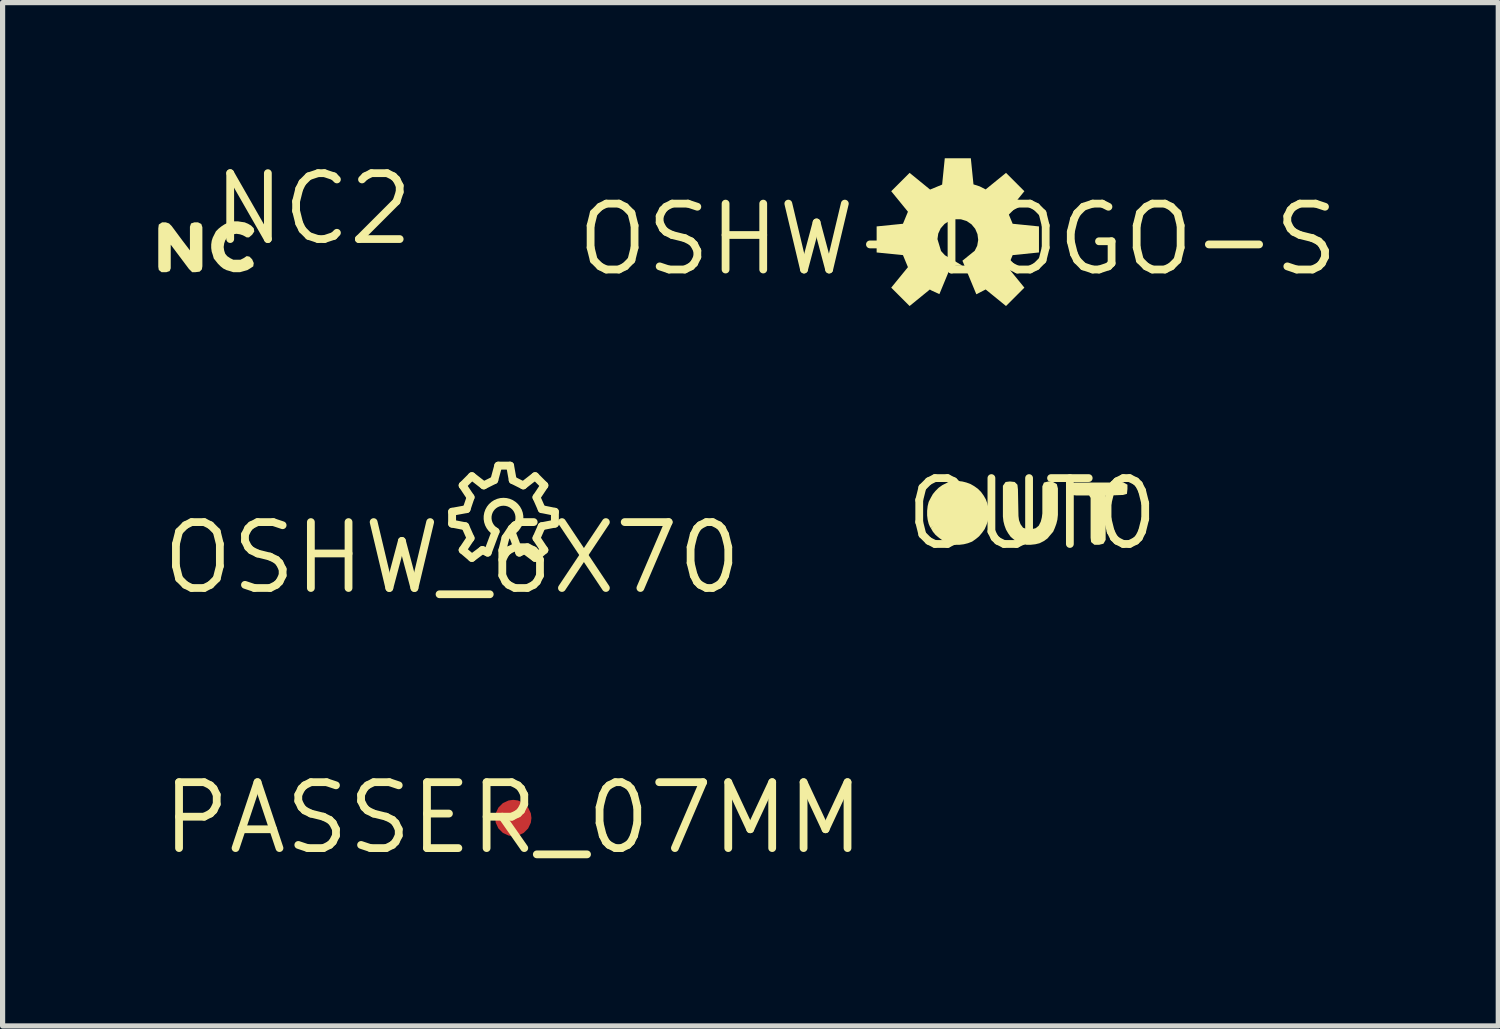
<source format=kicad_pcb>
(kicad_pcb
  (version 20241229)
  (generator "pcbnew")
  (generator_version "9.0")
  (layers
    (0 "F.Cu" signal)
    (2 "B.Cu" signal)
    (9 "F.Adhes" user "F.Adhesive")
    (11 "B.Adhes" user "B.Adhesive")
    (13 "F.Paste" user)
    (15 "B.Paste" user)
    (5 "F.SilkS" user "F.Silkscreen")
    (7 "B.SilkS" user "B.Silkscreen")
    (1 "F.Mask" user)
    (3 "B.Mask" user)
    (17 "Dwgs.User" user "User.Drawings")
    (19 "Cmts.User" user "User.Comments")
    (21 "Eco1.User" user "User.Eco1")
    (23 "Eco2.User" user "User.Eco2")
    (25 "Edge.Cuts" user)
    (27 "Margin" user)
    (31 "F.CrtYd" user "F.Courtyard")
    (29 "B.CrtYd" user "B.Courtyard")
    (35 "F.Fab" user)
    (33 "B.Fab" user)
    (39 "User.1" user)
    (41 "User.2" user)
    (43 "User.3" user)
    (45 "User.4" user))
  (footprint "OSHW_6X70"
    (layer "F.Cu")
    (at 5.662 7.701)
    (property "Reference" "OSHW_6X70" (at 0 0 0) (layer "F.SilkS") (effects (font (size 1.27 1.27) (thickness 0.15))))
    (fp_line (start 0 -0.889) (end 0.279 -0.94) (stroke (width 0.152) (type solid)) (layer "F.SilkS"))
    (fp_line (start 0 -0.66) (end 0 -0.889) (stroke (width 0.152) (type solid)) (layer "F.SilkS"))
    (fp_line (start 0.203 -1.397) (end 0.381 -1.575) (stroke (width 0.152) (type solid)) (layer "F.SilkS"))
    (fp_line (start 0.203 -0.152) (end 0.356 -0.381) (stroke (width 0.152) (type solid)) (layer "F.SilkS"))
    (fp_line (start 0.254 -0.61) (end 0 -0.66) (stroke (width 0.152) (type solid)) (layer "F.SilkS"))
    (fp_line (start 0.279 -0.94) (end 0.356 -1.168) (stroke (width 0.152) (type solid)) (layer "F.SilkS"))
    (fp_line (start 0.356 -1.168) (end 0.203 -1.397) (stroke (width 0.152) (type solid)) (layer "F.SilkS"))
    (fp_line (start 0.356 -0.381) (end 0.254 -0.61) (stroke (width 0.152) (type solid)) (layer "F.SilkS"))
    (fp_line (start 0.381 -1.575) (end 0.61 -1.397) (stroke (width 0.152) (type solid)) (layer "F.SilkS"))
    (fp_line (start 0.381 0) (end 0.203 -0.152) (stroke (width 0.152) (type solid)) (layer "F.SilkS"))
    (fp_line (start 0.584 -0.152) (end 0.381 0) (stroke (width 0.152) (type solid)) (layer "F.SilkS"))
    (fp_line (start 0.61 -1.397) (end 0.813 -1.499) (stroke (width 0.152) (type solid)) (layer "F.SilkS"))
    (fp_line (start 0.686 -0.102) (end 0.584 -0.152) (stroke (width 0.152) (type solid)) (layer "F.SilkS"))
    (fp_line (start 0.813 -1.499) (end 0.889 -1.778) (stroke (width 0.152) (type solid)) (layer "F.SilkS"))
    (fp_line (start 0.838 -0.508) (end 0.686 -0.102) (stroke (width 0.152) (type solid)) (layer "F.SilkS"))
    (fp_line (start 0.889 -1.778) (end 1.118 -1.778) (stroke (width 0.152) (type solid)) (layer "F.SilkS"))
    (fp_line (start 1.118 -1.778) (end 1.168 -1.499) (stroke (width 0.152) (type solid)) (layer "F.SilkS"))
    (fp_line (start 1.168 -1.499) (end 1.372 -1.397) (stroke (width 0.152) (type solid)) (layer "F.SilkS"))
    (fp_line (start 1.295 -0.102) (end 1.143 -0.508) (stroke (width 0.152) (type solid)) (layer "F.SilkS"))
    (fp_line (start 1.372 -1.397) (end 1.6 -1.575) (stroke (width 0.152) (type solid)) (layer "F.SilkS"))
    (fp_line (start 1.397 -0.152) (end 1.295 -0.102) (stroke (width 0.152) (type solid)) (layer "F.SilkS"))
    (fp_line (start 1.6 -1.575) (end 1.778 -1.397) (stroke (width 0.152) (type solid)) (layer "F.SilkS"))
    (fp_line (start 1.6 0) (end 1.397 -0.152) (stroke (width 0.152) (type solid)) (layer "F.SilkS"))
    (fp_line (start 1.626 -1.168) (end 1.727 -0.94) (stroke (width 0.152) (type solid)) (layer "F.SilkS"))
    (fp_line (start 1.626 -0.381) (end 1.778 -0.152) (stroke (width 0.152) (type solid)) (layer "F.SilkS"))
    (fp_line (start 1.727 -0.94) (end 1.981 -0.889) (stroke (width 0.152) (type solid)) (layer "F.SilkS"))
    (fp_line (start 1.727 -0.61) (end 1.626 -0.381) (stroke (width 0.152) (type solid)) (layer "F.SilkS"))
    (fp_line (start 1.778 -1.397) (end 1.626 -1.168) (stroke (width 0.152) (type solid)) (layer "F.SilkS"))
    (fp_line (start 1.778 -0.152) (end 1.6 0) (stroke (width 0.152) (type solid)) (layer "F.SilkS"))
    (fp_line (start 1.981 -0.889) (end 1.981 -0.66) (stroke (width 0.152) (type solid)) (layer "F.SilkS"))
    (fp_line (start 1.981 -0.66) (end 1.727 -0.61) (stroke (width 0.152) (type solid)) (layer "F.SilkS"))
    (fp_arc (start 0.8382 -0.508) (mid 0.9906 -1.08187) (end 1.142999 -0.508) (stroke (width 0.1524) (type solid)) (layer "F.SilkS")))
  (footprint "NC2"
    (layer "F.Cu")
    (at 0.985 1.72)
    (property "Reference" "NC2" (at 0 0 0) (layer "F.SilkS") (effects (font (size 1.27 1.27) (thickness 0.15)) (justify left bottom)))
    (fp_poly (pts (xy -0.777 -0.464) (xy -0.726 -0.413) (xy -0.526 -0.143) (xy -0.375 0.055) (xy -0.375 -0.401) (xy -0.354 -0.464) (xy -0.291 -0.485) (xy -0.219 -0.485) (xy -0.156 -0.454) (xy -0.135 -0.391) (xy -0.135 0.36) (xy -0.145 0.422) (xy -0.188 0.465) (xy -0.27 0.475) (xy -0.332 0.475) (xy -0.394 0.413) (xy -0.745 -0.055) (xy -0.745 0.401) (xy -0.766 0.454) (xy -0.829 0.475) (xy -0.922 0.475) (xy -0.975 0.433) (xy -0.985 0.37) (xy -0.985 -0.37) (xy -0.975 -0.443) (xy -0.912 -0.485) (xy -0.839 -0.485)) (stroke (width 0) (type default)) (fill yes) (layer "F.SilkS"))
    (fp_poly (pts (xy 0.611 -0.495) (xy 0.681 -0.485) (xy 0.752 -0.454) (xy 0.803 -0.424) (xy 0.855 -0.372) (xy 0.865 -0.309) (xy 0.824 -0.247) (xy 0.762 -0.195) (xy 0.719 -0.195) (xy 0.648 -0.235) (xy 0.589 -0.255) (xy 0.52 -0.265) (xy 0.462 -0.255) (xy 0.402 -0.226) (xy 0.343 -0.196) (xy 0.305 -0.138) (xy 0.285 -0.079) (xy 0.275 -0.01) (xy 0.285 0.059) (xy 0.304 0.118) (xy 0.343 0.166) (xy 0.403 0.206) (xy 0.461 0.235) (xy 0.599 0.235) (xy 0.657 0.206) (xy 0.719 0.165) (xy 0.772 0.175) (xy 0.824 0.227) (xy 0.855 0.299) (xy 0.845 0.363) (xy 0.783 0.404) (xy 0.732 0.435) (xy 0.661 0.455) (xy 0.591 0.475) (xy 0.459 0.475) (xy 0.399 0.455) (xy 0.328 0.435) (xy 0.267 0.404) (xy 0.217 0.364) (xy 0.166 0.313) (xy 0.126 0.263) (xy 0.085 0.212) (xy 0.065 0.141) (xy 0.045 0.081) (xy 0.035 0.01) (xy 0.035 -0.06) (xy 0.045 -0.131) (xy 0.065 -0.192) (xy 0.126 -0.313) (xy 0.177 -0.364) (xy 0.227 -0.404) (xy 0.287 -0.444) (xy 0.348 -0.475) (xy 0.419 -0.495) (xy 0.48 -0.505) (xy 0.55 -0.505)) (stroke (width 0) (type default)) (fill yes) (layer "F.SilkS")))
  (footprint "OSHW-LOGO-S"
    (layer "F.Cu")
    (at 15.407 1.564)
    (property "Reference" "OSHW-LOGO-S" (at 0 0 0) (layer "F.SilkS") (effects (font (size 1.27 1.27) (thickness 0.15))))
    (fp_poly (pts (xy 0.302 -1.061) (xy 0.423 -1.022) (xy 0.537 -0.964) (xy 0.929 -1.283) (xy 1.283 -0.929) (xy 0.961 -0.534) (xy 1.057 -0.302) (xy 1.564 -0.251) (xy 1.564 0.251) (xy 1.057 0.302) (xy 0.961 0.534) (xy 1.283 0.929) (xy 0.929 1.283) (xy 0.537 0.964) (xy 0.357 1.057) (xy 0.089 0.41) (xy 0.326 0.218) (xy 0.374 0.121) (xy 0.393 0.01) (xy 0.379 -0.102) (xy 0.335 -0.205) (xy 0.263 -0.292) (xy 0.169 -0.355) (xy 0.061 -0.388) (xy -0.051 -0.389) (xy -0.16 -0.359) (xy -0.255 -0.299) (xy -0.33 -0.214) (xy -0.377 -0.112) (xy -0.392 -0.006) (xy -0.323 0.223) (xy -0.249 0.304) (xy 0.092 0.508) (xy -0.129 0.508) (xy -0.355 1.054) (xy -0.507 0.984) (xy -0.539 0.965) (xy -0.929 1.283) (xy -1.283 0.929) (xy -0.961 0.534) (xy -1.057 0.302) (xy -1.564 0.251) (xy -1.564 -0.251) (xy -1.057 -0.302) (xy -0.961 -0.534) (xy -1.283 -0.929) (xy -0.929 -1.283) (xy -0.534 -0.961) (xy -0.302 -1.057) (xy -0.251 -1.564) (xy 0.251 -1.564)) (stroke (width 0) (type default)) (fill yes) (layer "F.SilkS")))
  (footprint "OUT0"
    (layer "F.Cu")
    (at 16.841 6.853)
    (property "Reference" "OUT0" (at 0 0 0) (layer "F.SilkS") (effects (font (size 1.27 1.27) (thickness 0.15))))
    (fp_poly (pts (xy 1.835 -0.563) (xy 1.835 -0.48) (xy 1.825 -0.386) (xy 1.751 -0.365) (xy 1.49 -0.355) (xy 1.415 -0.355) (xy 1.415 0.501) (xy 1.373 0.574) (xy 1.291 0.595) (xy 1.198 0.595) (xy 1.135 0.543) (xy 1.125 0.46) (xy 1.125 -0.309) (xy 1.097 -0.355) (xy 0.85 -0.355) (xy 0.758 -0.365) (xy 0.695 -0.418) (xy 0.695 -0.521) (xy 0.727 -0.584) (xy 0.819 -0.605) (xy 1.761 -0.605)) (stroke (width 0) (type default)) (fill yes) (layer "F.SilkS"))
    (fp_poly (pts (xy 0.402 -0.615) (xy 0.474 -0.573) (xy 0.495 -0.491) (xy 0.495 0.02) (xy 0.485 0.111) (xy 0.465 0.191) (xy 0.435 0.272) (xy 0.404 0.343) (xy 0.344 0.413) (xy 0.293 0.474) (xy 0.223 0.524) (xy 0.142 0.565) (xy 0.061 0.585) (xy -0.03 0.595) (xy -0.111 0.595) (xy -0.202 0.575) (xy -0.272 0.544) (xy -0.353 0.494) (xy -0.414 0.443) (xy -0.464 0.373) (xy -0.505 0.302) (xy -0.535 0.221) (xy -0.555 0.141) (xy -0.565 0.05) (xy -0.565 -0.542) (xy -0.513 -0.615) (xy -0.43 -0.625) (xy -0.338 -0.615) (xy -0.285 -0.562) (xy -0.275 -0.47) (xy -0.265 0.04) (xy -0.255 0.119) (xy -0.226 0.198) (xy -0.177 0.266) (xy -0.099 0.295) (xy -0.011 0.295) (xy 0.068 0.275) (xy 0.126 0.227) (xy 0.165 0.148) (xy 0.185 0.069) (xy 0.195 -0.01) (xy 0.195 -0.531) (xy 0.226 -0.604) (xy 0.31 -0.625)) (stroke (width 0) (type default)) (fill yes) (layer "F.SilkS"))
    (fp_poly (pts (xy -1.349 -0.625) (xy -1.269 -0.605) (xy -1.188 -0.575) (xy -1.117 -0.534) (xy -1.047 -0.484) (xy -0.986 -0.423) (xy -0.936 -0.353) (xy -0.895 -0.282) (xy -0.865 -0.201) (xy -0.845 -0.121) (xy -0.835 -0.03) (xy -0.845 0.051) (xy -0.855 0.141) (xy -0.885 0.222) (xy -0.916 0.292) (xy -0.966 0.363) (xy -1.026 0.434) (xy -1.087 0.484) (xy -1.158 0.534) (xy -1.239 0.565) (xy -1.319 0.585) (xy -1.4 0.595) (xy -1.49 0.595) (xy -1.571 0.585) (xy -1.652 0.555) (xy -1.723 0.514) (xy -1.793 0.464) (xy -1.864 0.404) (xy -1.914 0.343) (xy -1.957 0.268) (xy -1.894 0.228) (xy -1.962 0.267) (xy -1.995 0.192) (xy -2.015 0.111) (xy -2.025 0.03) (xy -2.025 -0.06) (xy -2.015 -0.151) (xy -1.995 -0.232) (xy -1.954 -0.312) (xy -1.914 -0.383) (xy -1.864 -0.443) (xy -1.803 -0.504) (xy -1.733 -0.554) (xy -1.652 -0.595) (xy -1.571 -0.615) (xy -1.491 -0.625) (xy -1.44 -0.635)) (stroke (width 0) (type default)) (fill yes) (layer "F.SilkS")))
  (footprint "PASSER_07MM"
    (layer "F.Cu")
    (at 6.841 12.713)
    (property "Reference" "PASSER_07MM" (at 0 0 0) (layer "F.SilkS") (effects (font (size 1.27 1.27) (thickness 0.15))))
    (fp_circle (center 0 0) (end 0.3 0) (stroke (width 0.6) (type solid)) (fill no) (layer "F.Mask"))
    (pad "X" smd roundrect (at 0 0) (size 0.7 0.7) (layers "F.Cu") (roundrect_rratio 0.5))
    (zone (net_name "") (layer "F.Cu") (hatch edge 0.5) (connect_pads) (min_thickness 0.25) (filled_areas_thickness no) (keepout (tracks not_allowed) (vias not_allowed) (pads not_allowed) (copperpour not_allowed) (footprints allowed)) (placement (enabled no)) (fill) (polygon (pts (xy 7.505 12.713) (xy 7.485 12.555) (xy 7.429 12.405) (xy 7.338 12.273) (xy 7.218 12.167) (xy 7.076 12.093) (xy 6.921 12.055) (xy 6.761 12.055) (xy 6.606 12.093) (xy 6.464 12.167) (xy 6.344 12.273) (xy 6.254 12.405) (xy 6.197 12.555) (xy 6.178 12.713) (xy 6.197 12.872) (xy 6.254 13.022) (xy 6.344 13.153) (xy 6.464 13.259) (xy 6.606 13.334) (xy 6.761 13.372) (xy 6.921 13.372) (xy 7.076 13.334) (xy 7.218 13.259) (xy 7.338 13.153) (xy 7.429 13.022) (xy 7.485 12.872))) (polygon (pts (xy 7.378 12.713) (xy 7.358 12.569) (xy 7.299 12.435) (xy 7.207 12.321) (xy 7.088 12.237) (xy 6.95 12.188) (xy 6.804 12.178) (xy 6.661 12.208) (xy 6.532 12.275) (xy 6.425 12.375) (xy 6.349 12.5) (xy 6.31 12.64) (xy 6.31 12.786) (xy 6.349 12.927) (xy 6.425 13.052) (xy 6.532 13.152) (xy 6.661 13.219) (xy 6.804 13.249) (xy 6.95 13.239) (xy 7.088 13.19) (xy 7.207 13.105) (xy 7.299 12.992) (xy 7.358 12.858)))))
  (gr_rect
    (start -3 -3)
    (end 25.822 16.72)
    (stroke (width 0.1) (type default))
    (fill no)
    (layer "Edge.Cuts")))
</source>
